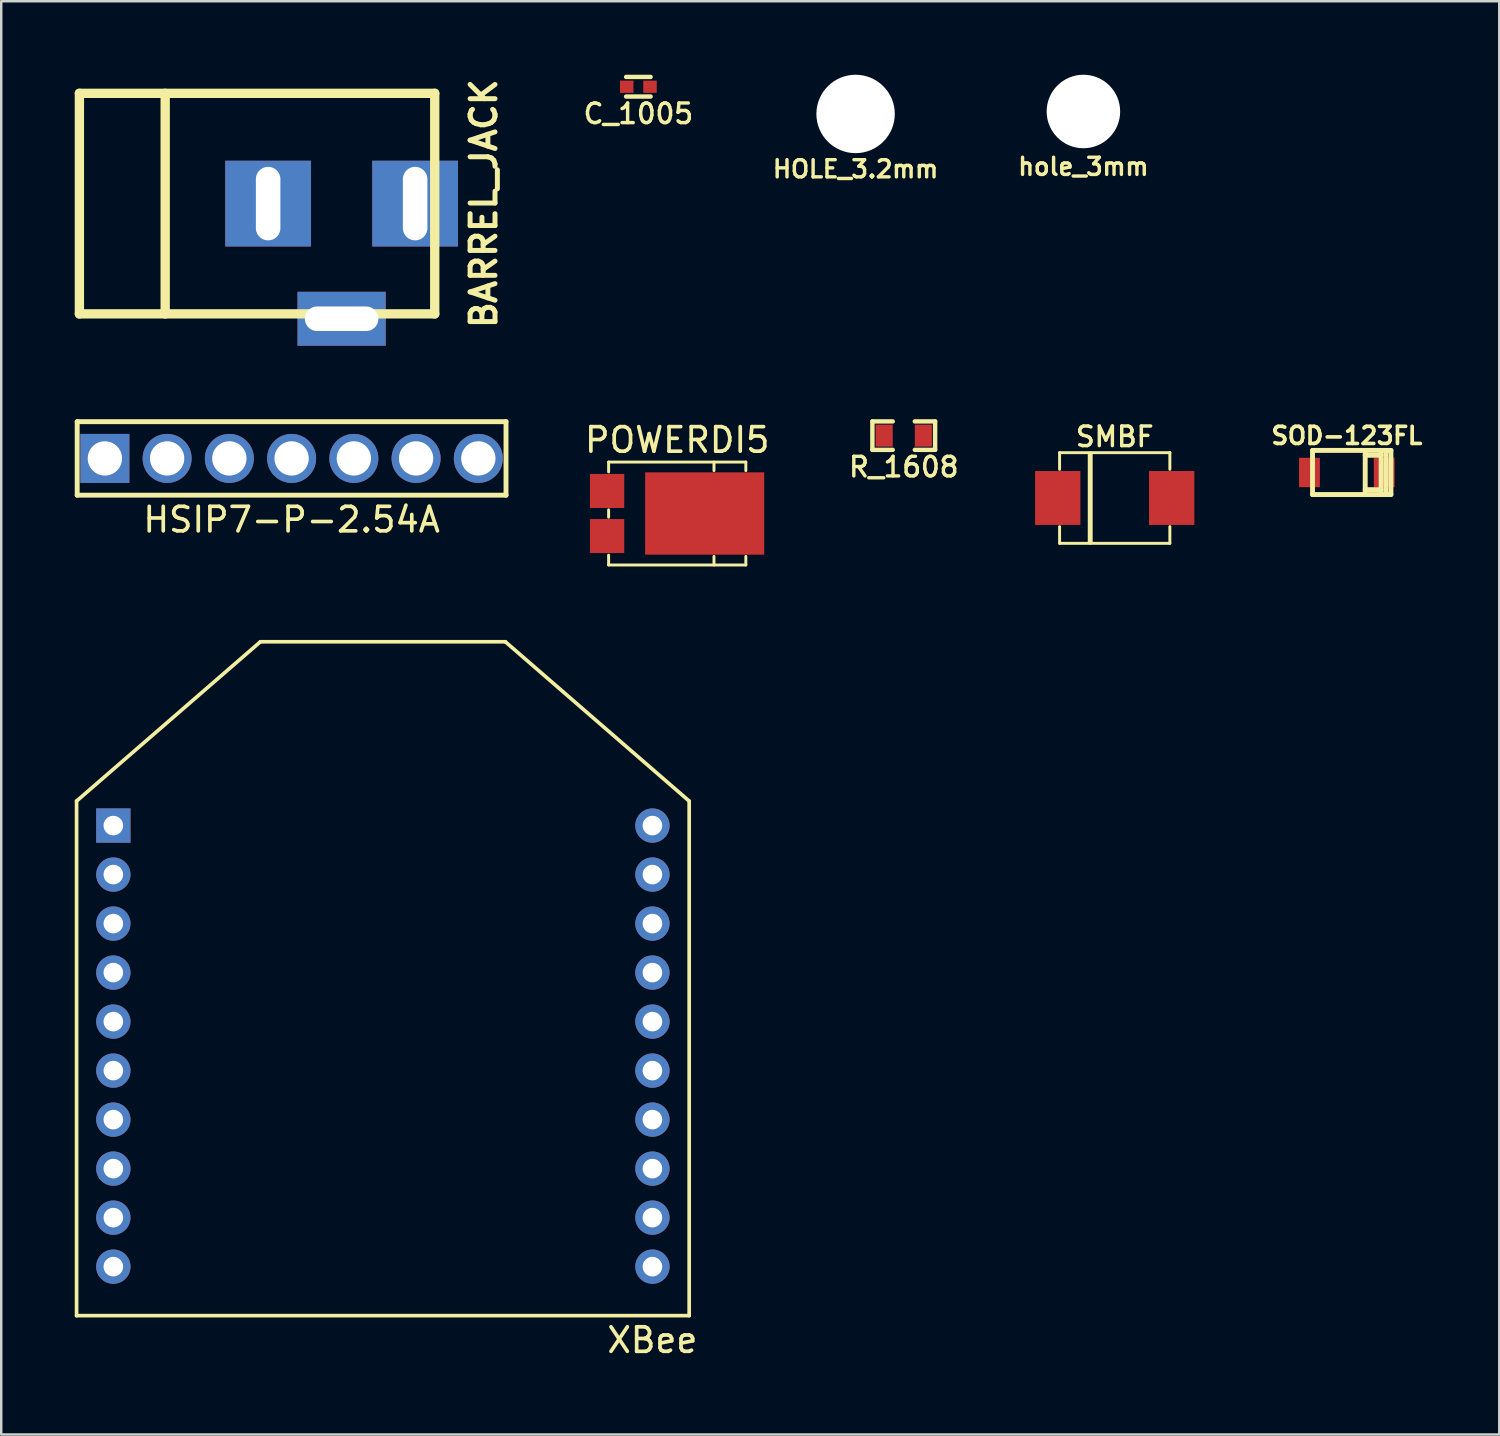
<source format=kicad_pcb>
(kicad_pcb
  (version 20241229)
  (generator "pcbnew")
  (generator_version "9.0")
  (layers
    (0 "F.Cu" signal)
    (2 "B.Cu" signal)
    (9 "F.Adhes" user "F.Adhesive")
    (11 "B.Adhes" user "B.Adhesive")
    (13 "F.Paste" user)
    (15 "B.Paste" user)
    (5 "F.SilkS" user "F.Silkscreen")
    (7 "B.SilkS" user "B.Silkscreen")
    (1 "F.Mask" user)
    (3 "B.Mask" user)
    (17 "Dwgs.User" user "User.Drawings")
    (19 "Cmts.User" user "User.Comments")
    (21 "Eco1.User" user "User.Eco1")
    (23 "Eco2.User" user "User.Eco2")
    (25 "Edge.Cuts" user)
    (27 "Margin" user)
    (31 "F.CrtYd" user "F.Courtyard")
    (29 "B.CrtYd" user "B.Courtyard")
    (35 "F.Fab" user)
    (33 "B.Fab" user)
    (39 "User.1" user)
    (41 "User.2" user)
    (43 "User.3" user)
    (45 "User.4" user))
  (footprint "SMBF"
    (layer "F.Cu")
    (at 42.441 17.272)
    (property "Reference" "SMBF" (at 0 -2.5 0) (layer "F.SilkS") (effects (font (size 0.8 0.8) (thickness 0.14))))
    (attr smd)
    (fp_line (start -2.25 -1.85) (end -2.25 -1.17) (stroke (width 0.12) (type solid)) (layer "F.SilkS"))
    (fp_line (start -2.25 -1.85) (end 2.25 -1.85) (stroke (width 0.12) (type solid)) (layer "F.SilkS"))
    (fp_line (start -2.25 1.85) (end -2.25 1.17) (stroke (width 0.12) (type solid)) (layer "F.SilkS"))
    (fp_line (start -1 -1.8) (end -1 1.8) (stroke (width 0.2) (type solid)) (layer "F.SilkS"))
    (fp_line (start 2.25 -1.85) (end 2.25 -1.17) (stroke (width 0.12) (type solid)) (layer "F.SilkS"))
    (fp_line (start 2.25 1.17) (end 2.25 1.85) (stroke (width 0.12) (type solid)) (layer "F.SilkS"))
    (fp_line (start 2.25 1.85) (end -2.25 1.85) (stroke (width 0.12) (type solid)) (layer "F.SilkS"))
    (pad "" smd roundrect (at -2.325 -0.5) (size 1.4 0.8) (drill (offset 0 -0.05)) (layers "F.Paste") (roundrect_rratio 0.25))
    (pad "" smd roundrect (at -2.325 0.5) (size 1.4 0.8) (drill (offset 0 0.05)) (layers "F.Paste") (roundrect_rratio 0.25))
    (pad "" smd roundrect (at 2.325 -0.5) (size 1.4 0.8) (drill (offset 0 -0.05)) (layers "F.Paste") (roundrect_rratio 0.25))
    (pad "" smd roundrect (at 2.325 0.5) (size 1.4 0.8) (drill (offset 0 0.05)) (layers "F.Paste") (roundrect_rratio 0.25))
    (pad "1" smd rect (at -2.325 0) (size 1.85 2.2) (layers "F.Cu" "F.Mask"))
    (pad "2" smd rect (at 2.325 0) (size 1.85 2.2) (layers "F.Cu" "F.Mask")))
  (footprint "POWERDI5"
    (layer "F.Cu")
    (at 24.587 17.906)
    (property "Reference" "POWERDI5" (at 0 -3 0) (unlocked yes) (layer "F.SilkS") (effects (font (size 1 1) (thickness 0.15))))
    (attr smd)
    (fp_line (start -2.8 -2.1) (end -2.8 -1.7) (stroke (width 0.12) (type solid)) (layer "F.SilkS"))
    (fp_line (start -2.8 -2.1) (end 2.8 -2.1) (stroke (width 0.12) (type solid)) (layer "F.SilkS"))
    (fp_line (start -2.8 0.15) (end -2.8 -0.15) (stroke (width 0.12) (type solid)) (layer "F.SilkS"))
    (fp_line (start -2.8 2.1) (end -2.8 1.7) (stroke (width 0.12) (type solid)) (layer "F.SilkS"))
    (fp_line (start -2.8 2.1) (end 2.8 2.1) (stroke (width 0.12) (type solid)) (layer "F.SilkS"))
    (fp_line (start 1.5 -2.1) (end 1.5 -1.75) (stroke (width 0.12) (type solid)) (layer "F.SilkS"))
    (fp_line (start 1.5 1.75) (end 1.5 2.1) (stroke (width 0.12) (type solid)) (layer "F.SilkS"))
    (fp_line (start 2.8 -2.1) (end 2.8 -1.75) (stroke (width 0.12) (type solid)) (layer "F.SilkS"))
    (fp_line (start 2.8 2.1) (end 2.8 1.75) (stroke (width 0.12) (type solid)) (layer "F.SilkS"))
    (pad "" smd rect (at -0.75 -1) (size 1 0.75) (layers "F.Paste"))
    (pad "" smd rect (at -0.75 0) (size 1 0.75) (layers "F.Paste"))
    (pad "" smd rect (at -0.75 1) (size 1 0.75) (layers "F.Paste"))
    (pad "" smd rect (at 0.5 -1) (size 1 0.75) (layers "F.Paste"))
    (pad "" smd rect (at 0.5 0) (size 1 0.75) (layers "F.Paste"))
    (pad "" smd rect (at 0.5 1) (size 1 0.75) (layers "F.Paste"))
    (pad "" smd rect (at 1.75 -1) (size 1 0.75) (layers "F.Paste"))
    (pad "" smd rect (at 1.75 0) (size 1 0.75) (layers "F.Paste"))
    (pad "" smd rect (at 1.75 1) (size 1 0.75) (layers "F.Paste"))
    (pad "" smd rect (at 3 -1) (size 1 0.75) (layers "F.Paste"))
    (pad "" smd rect (at 3 0) (size 1 0.75) (layers "F.Paste"))
    (pad "" smd rect (at 3 1) (size 1 0.75) (layers "F.Paste"))
    (pad "1" smd rect (at 1.12 0) (size 4.86 3.36) (layers "F.Cu" "F.Mask"))
    (pad "2" smd rect (at -2.862 -0.92) (size 1.4 1.39) (layers "F.Cu" "F.Mask" "F.Paste"))
    (pad "2" smd rect (at -2.862 0.92) (size 1.4 1.39) (layers "F.Cu" "F.Mask" "F.Paste")))
  (footprint "BARREL_JACK"
    (layer "F.Cu")
    (at 7.691 5.259)
    (property "Reference" "BARREL_JACK" (at 9 0 90) (layer "F.SilkS") (effects (font (size 1.016 1.016) (thickness 0.203))))
    (attr through_hole)
    (fp_line (start -7.501 -4.501) (end -7.501 4.501) (stroke (width 0.381) (type solid)) (layer "F.SilkS"))
    (fp_line (start -7.501 4.501) (end 7 4.501) (stroke (width 0.381) (type solid)) (layer "F.SilkS"))
    (fp_line (start -4 -4.501) (end -4 4.501) (stroke (width 0.381) (type solid)) (layer "F.SilkS"))
    (fp_line (start 7 -4.501) (end -7.501 -4.501) (stroke (width 0.381) (type solid)) (layer "F.SilkS"))
    (fp_line (start 7 4.501) (end 7 -4.501) (stroke (width 0.381) (type solid)) (layer "F.SilkS"))
    (pad "1" thru_hole rect (at 6.2 0) (size 3.5 3.5) (drill oval 1.001 3) (layers "*.Cu" "*.Mask"))
    (pad "2" thru_hole rect (at 0.201 0) (size 3.5 3.5) (drill oval 1.001 3) (layers "*.Cu" "*.Mask"))
    (pad "3" thru_hole rect (at 3.2 4.699) (size 3.6 2.2) (drill oval 3 1.001) (layers "*.Cu" "*.Mask")))
  (footprint "XBee"
    (layer "F.Cu")
    (at 12.575 38.641)
    (property "Reference" "XBee" (at 11 13 0) (layer "F.SilkS") (effects (font (size 1 1) (thickness 0.15))))
    (attr through_hole)
    (fp_line (start -12.5 -9) (end -5 -15.5) (stroke (width 0.15) (type solid)) (layer "F.SilkS"))
    (fp_line (start -12.5 12) (end -12.5 -9) (stroke (width 0.15) (type solid)) (layer "F.SilkS"))
    (fp_line (start -5 -15.5) (end 5 -15.5) (stroke (width 0.15) (type solid)) (layer "F.SilkS"))
    (fp_line (start 12.5 -9) (end 5 -15.5) (stroke (width 0.15) (type solid)) (layer "F.SilkS"))
    (fp_line (start 12.5 12) (end -12.5 12) (stroke (width 0.15) (type solid)) (layer "F.SilkS"))
    (fp_line (start 12.5 12) (end 12.5 -9) (stroke (width 0.15) (type solid)) (layer "F.SilkS"))
    (pad "1" thru_hole rect (at -11 -8) (size 1.4 1.4) (drill 0.8) (layers "*.Cu" "*.Mask"))
    (pad "2" thru_hole circle (at -11 -6) (size 1.4 1.4) (drill 0.8) (layers "*.Cu" "*.Mask"))
    (pad "3" thru_hole circle (at -11 -4) (size 1.4 1.4) (drill 0.8) (layers "*.Cu" "*.Mask"))
    (pad "4" thru_hole circle (at -11 -2) (size 1.4 1.4) (drill 0.8) (layers "*.Cu" "*.Mask"))
    (pad "5" thru_hole circle (at -11 0) (size 1.4 1.4) (drill 0.8) (layers "*.Cu" "*.Mask"))
    (pad "6" thru_hole circle (at -11 2) (size 1.4 1.4) (drill 0.8) (layers "*.Cu" "*.Mask"))
    (pad "7" thru_hole circle (at -11 4) (size 1.4 1.4) (drill 0.8) (layers "*.Cu" "*.Mask"))
    (pad "8" thru_hole circle (at -11 6) (size 1.4 1.4) (drill 0.8) (layers "*.Cu" "*.Mask"))
    (pad "9" thru_hole circle (at -11 8) (size 1.4 1.4) (drill 0.8) (layers "*.Cu" "*.Mask"))
    (pad "10" thru_hole circle (at -11 10) (size 1.4 1.4) (drill 0.8) (layers "*.Cu" "*.Mask"))
    (pad "11" thru_hole circle (at 11 10) (size 1.4 1.4) (drill 0.8) (layers "*.Cu" "*.Mask"))
    (pad "12" thru_hole circle (at 11 8) (size 1.4 1.4) (drill 0.8) (layers "*.Cu" "*.Mask"))
    (pad "13" thru_hole circle (at 11 6) (size 1.4 1.4) (drill 0.8) (layers "*.Cu" "*.Mask"))
    (pad "14" thru_hole circle (at 11 4) (size 1.4 1.4) (drill 0.8) (layers "*.Cu" "*.Mask"))
    (pad "15" thru_hole circle (at 11 2) (size 1.4 1.4) (drill 0.8) (layers "*.Cu" "*.Mask"))
    (pad "16" thru_hole circle (at 11 0) (size 1.4 1.4) (drill 0.8) (layers "*.Cu" "*.Mask"))
    (pad "17" thru_hole circle (at 11 -2) (size 1.4 1.4) (drill 0.8) (layers "*.Cu" "*.Mask"))
    (pad "18" thru_hole circle (at 11 -4) (size 1.4 1.4) (drill 0.8) (layers "*.Cu" "*.Mask"))
    (pad "19" thru_hole circle (at 11 -6) (size 1.4 1.4) (drill 0.8) (layers "*.Cu" "*.Mask"))
    (pad "20" thru_hole circle (at 11 -8) (size 1.4 1.4) (drill 0.8) (layers "*.Cu" "*.Mask")))
  (footprint "HOLE_3.2mm"
    (layer "F.Cu")
    (at 31.866 1.6)
    (property "Reference" "HOLE_3.2mm" (at 0 2.25 0) (layer "F.SilkS") (effects (font (size 0.7 0.7) (thickness 0.14))))
    (attr through_hole)
    (pad "" np_thru_hole circle (at 0 0) (size 3.2 3.2) (drill 3.2) (layers "*.Cu" "*.Mask")))
  (footprint "SOD-123FL"
    (layer "F.Cu")
    (at 51.913 16.231)
    (property "Reference" "SOD-123FL" (at 0 -1.5 0) (layer "F.SilkS") (effects (font (size 0.7 0.7) (thickness 0.15))))
    (attr smd)
    (fp_line (start -1.4 -0.9) (end -1.4 0.9) (stroke (width 0.2) (type solid)) (layer "F.SilkS"))
    (fp_line (start -1.4 -0.9) (end 1.8 -0.9) (stroke (width 0.2) (type solid)) (layer "F.SilkS"))
    (fp_line (start -1.4 0.9) (end 1.8 0.9) (stroke (width 0.2) (type solid)) (layer "F.SilkS"))
    (fp_line (start 0.75 -0.9) (end 0.75 0.9) (stroke (width 0.2) (type solid)) (layer "F.SilkS"))
    (fp_line (start 0.75 -0.7) (end 1.4 -0.7) (stroke (width 0.2) (type solid)) (layer "F.SilkS"))
    (fp_line (start 0.75 0.7) (end 1.4 0.7) (stroke (width 0.2) (type solid)) (layer "F.SilkS"))
    (fp_line (start 1.4 -0.9) (end 1.4 0.9) (stroke (width 0.2) (type solid)) (layer "F.SilkS"))
    (fp_line (start 1.6 -0.9) (end 1.6 0.9) (stroke (width 0.2) (type solid)) (layer "F.SilkS"))
    (fp_line (start 1.8 -0.9) (end 1.8 0.9) (stroke (width 0.2) (type solid)) (layer "F.SilkS"))
    (pad "1" smd rect (at 1.525 0) (size 0.85 1.2) (layers "F.Cu" "F.Mask" "F.Paste"))
    (pad "2" smd rect (at -1.525 0) (size 0.85 1.2) (layers "F.Cu" "F.Mask" "F.Paste")))
  (footprint "hole_3mm"
    (layer "F.Cu")
    (at 41.163 1.5)
    (property "Reference" "hole_3mm" (at 0 2.25 0) (layer "F.SilkS") (effects (font (size 0.7 0.7) (thickness 0.14))))
    (attr through_hole)
    (pad "" np_thru_hole circle (at 0 0) (size 3 3) (drill 3) (layers "*.Cu" "*.Mask")))
  (footprint "HSIP7-P-2.54A"
    (layer "F.Cu")
    (at 8.85 15.658)
    (property "Reference" "HSIP7-P-2.54A" (at 0 2.5 0) (layer "F.SilkS") (effects (font (size 1 1) (thickness 0.15))))
    (attr through_hole)
    (fp_line (start -8.75 -1.5) (end -8.75 1.5) (stroke (width 0.2) (type solid)) (layer "F.SilkS"))
    (fp_line (start -8.75 1.5) (end 8.75 1.5) (stroke (width 0.2) (type solid)) (layer "F.SilkS"))
    (fp_line (start 8.75 -1.5) (end -8.75 -1.5) (stroke (width 0.2) (type solid)) (layer "F.SilkS"))
    (fp_line (start 8.75 1.5) (end 8.75 -1.5) (stroke (width 0.2) (type solid)) (layer "F.SilkS"))
    (pad "1" thru_hole rect (at -7.62 0) (size 2 2) (drill 1.4) (layers "*.Cu" "*.Mask"))
    (pad "2" thru_hole circle (at -5.08 0) (size 2 2) (drill 1.4) (layers "*.Cu" "*.Mask"))
    (pad "3" thru_hole circle (at -2.54 0) (size 2 2) (drill 1.4) (layers "*.Cu" "*.Mask"))
    (pad "4" thru_hole circle (at 0 0) (size 2 2) (drill 1.4) (layers "*.Cu" "*.Mask"))
    (pad "5" thru_hole circle (at 2.54 0) (size 2 2) (drill 1.4) (layers "*.Cu" "*.Mask"))
    (pad "6" thru_hole circle (at 5.08 0) (size 2 2) (drill 1.4) (layers "*.Cu" "*.Mask"))
    (pad "7" thru_hole circle (at 7.62 0) (size 2 2) (drill 1.4) (layers "*.Cu" "*.Mask")))
  (footprint "C_1005"
    (layer "F.Cu")
    (at 23.001 0.49)
    (property "Reference" "C_1005" (at 0 1.1 0) (layer "F.SilkS") (effects (font (size 0.8 0.8) (thickness 0.14))))
    (attr smd)
    (fp_line (start -0.5 -0.4) (end 0.5 -0.4) (stroke (width 0.18) (type solid)) (layer "F.SilkS"))
    (fp_line (start 0.5 0.4) (end -0.5 0.4) (stroke (width 0.18) (type solid)) (layer "F.SilkS"))
    (pad "1" smd rect (at -0.475 0) (size 0.55 0.5) (layers "F.Cu" "F.Mask" "F.Paste"))
    (pad "2" smd rect (at 0.475 0) (size 0.55 0.5) (layers "F.Cu" "F.Mask" "F.Paste")))
  (footprint "R_1608"
    (layer "F.Cu")
    (at 33.832 14.728)
    (property "Reference" "R_1608" (at 0 1.28 0) (layer "F.SilkS") (effects (font (size 0.8 0.8) (thickness 0.14))))
    (attr smd)
    (fp_line (start -1.28 -0.58) (end -1.28 0.58) (stroke (width 0.18) (type solid)) (layer "F.SilkS"))
    (fp_line (start -1.28 0.58) (end -0.45 0.58) (stroke (width 0.18) (type solid)) (layer "F.SilkS"))
    (fp_line (start -0.45 -0.58) (end -1.28 -0.58) (stroke (width 0.18) (type solid)) (layer "F.SilkS"))
    (fp_line (start 0.45 -0.58) (end 1.28 -0.58) (stroke (width 0.18) (type solid)) (layer "F.SilkS"))
    (fp_line (start 1.28 -0.58) (end 1.28 0.58) (stroke (width 0.18) (type solid)) (layer "F.SilkS"))
    (fp_line (start 1.28 0.58) (end 0.45 0.58) (stroke (width 0.18) (type solid)) (layer "F.SilkS"))
    (pad "1" smd rect (at -0.8 0) (size 0.7 0.9) (layers "F.Cu" "F.Mask" "F.Paste"))
    (pad "2" smd rect (at 0.8 0) (size 0.7 0.9) (layers "F.Cu" "F.Mask" "F.Paste")))
  (gr_rect
    (start -3 -3)
    (end 58.134 55.49)
    (stroke (width 0.1) (type default))
    (fill no)
    (layer "Edge.Cuts")))
</source>
